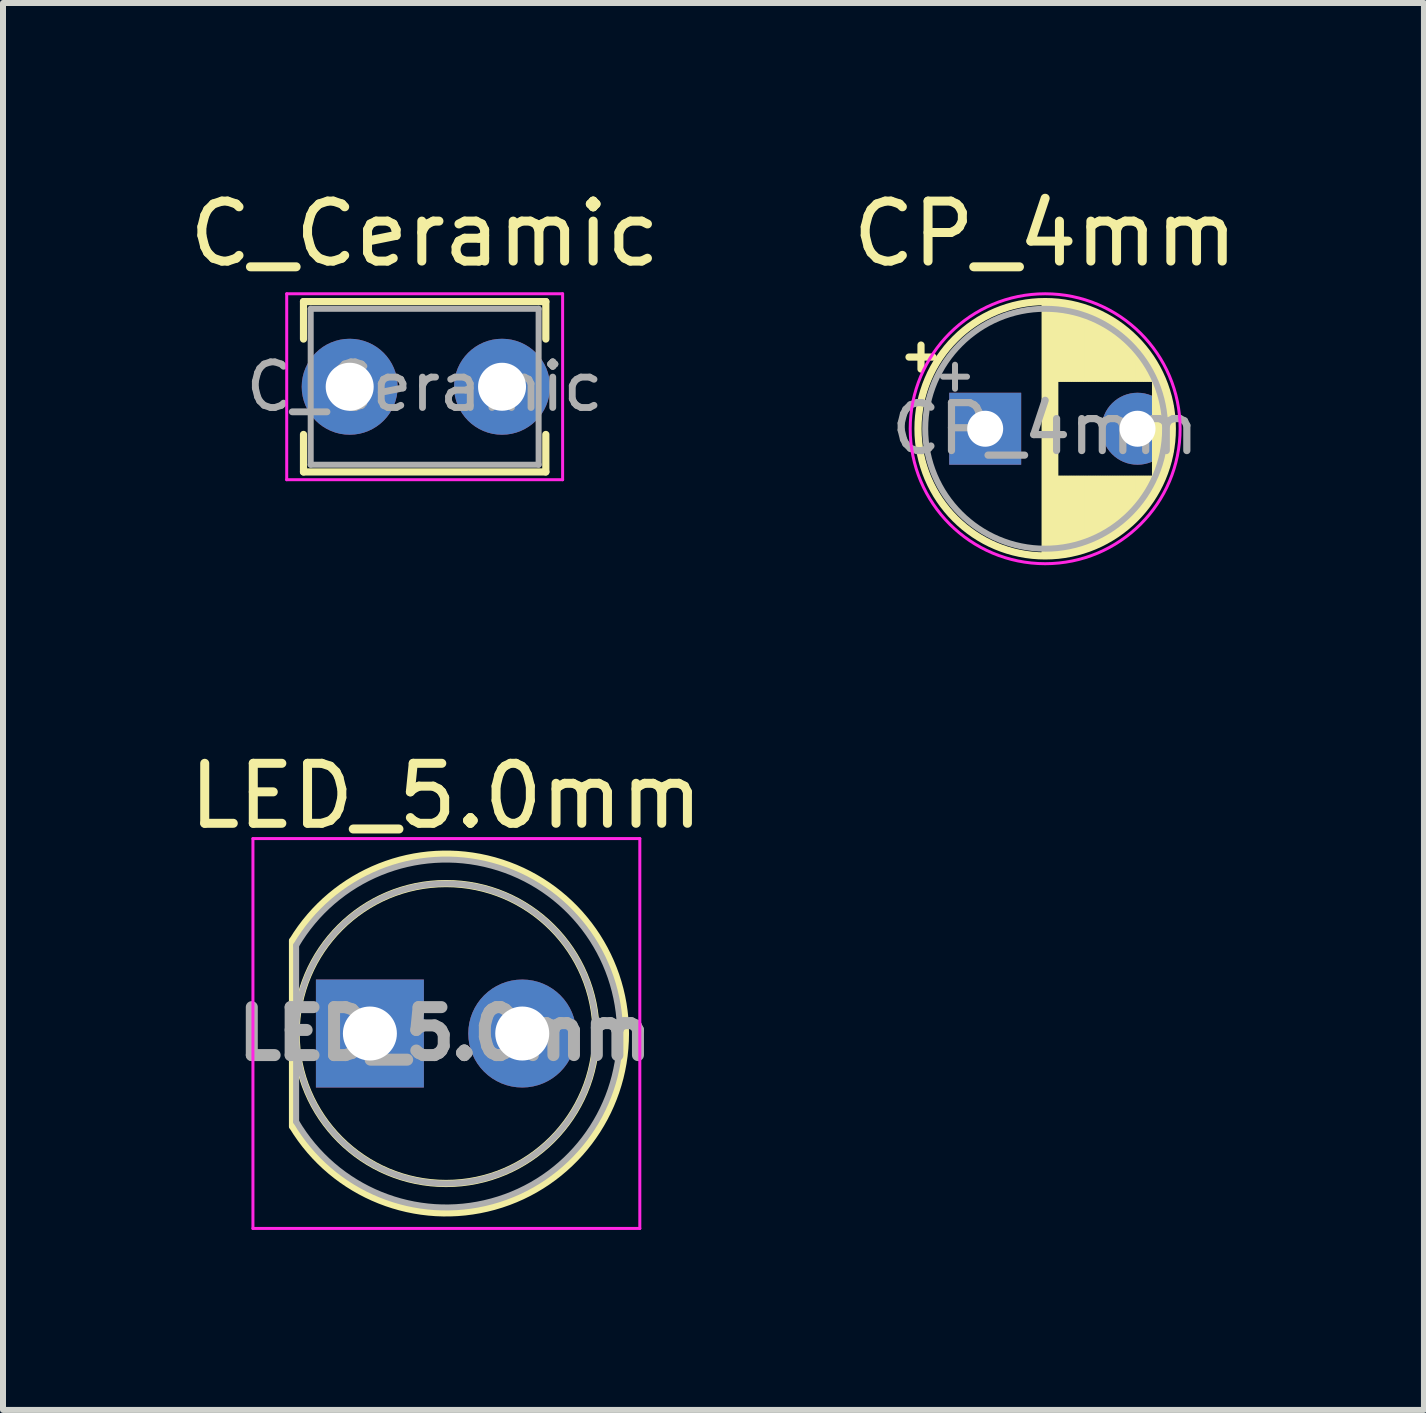
<source format=kicad_pcb>
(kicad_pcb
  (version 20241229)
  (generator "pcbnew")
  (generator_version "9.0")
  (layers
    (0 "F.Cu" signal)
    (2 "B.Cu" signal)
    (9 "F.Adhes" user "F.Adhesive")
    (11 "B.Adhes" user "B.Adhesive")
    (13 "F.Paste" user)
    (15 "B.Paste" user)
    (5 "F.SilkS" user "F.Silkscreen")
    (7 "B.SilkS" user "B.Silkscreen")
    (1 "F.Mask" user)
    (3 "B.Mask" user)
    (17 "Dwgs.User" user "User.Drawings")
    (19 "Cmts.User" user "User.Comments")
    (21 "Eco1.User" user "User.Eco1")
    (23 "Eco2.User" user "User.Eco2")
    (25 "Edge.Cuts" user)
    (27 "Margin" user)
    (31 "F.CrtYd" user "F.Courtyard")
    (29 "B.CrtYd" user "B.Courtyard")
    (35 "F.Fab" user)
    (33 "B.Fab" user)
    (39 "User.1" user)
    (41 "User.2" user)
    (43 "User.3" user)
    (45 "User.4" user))
  (footprint "LED_5.0mm"
    (layer "F.Cu")
    (at 3.117 14.181)
    (property "Reference" "LED_5.0mm" (at 1.27 -3.96 0) (layer "F.SilkS") (effects (font (size 1 1) (thickness 0.15))))
    (attr through_hole)
    (fp_line (start -1.29 -1.545) (end -1.29 1.545) (stroke (width 0.12) (type solid)) (layer "F.SilkS"))
    (fp_arc (start -1.29 -1.54483) (mid 2.072002 -2.880433) (end 4.26 0.000462) (stroke (width 0.12) (type solid)) (layer "F.SilkS"))
    (fp_arc (start 4.26 -0.000462) (mid 2.072002 2.880433) (end -1.29 1.54483) (stroke (width 0.12) (type solid)) (layer "F.SilkS"))
    (fp_circle (center 1.27 0) (end 3.77 0) (stroke (width 0.12) (type solid)) (fill no) (layer "F.SilkS"))
    (fp_line (start -1.95 -3.25) (end -1.95 3.25) (stroke (width 0.05) (type solid)) (layer "F.CrtYd"))
    (fp_line (start -1.95 3.25) (end 4.5 3.25) (stroke (width 0.05) (type solid)) (layer "F.CrtYd"))
    (fp_line (start 4.5 -3.25) (end -1.95 -3.25) (stroke (width 0.05) (type solid)) (layer "F.CrtYd"))
    (fp_line (start 4.5 3.25) (end 4.5 -3.25) (stroke (width 0.05) (type solid)) (layer "F.CrtYd"))
    (fp_line (start -1.23 -1.47) (end -1.23 1.47) (stroke (width 0.1) (type solid)) (layer "F.Fab"))
    (fp_arc (start -1.23 -1.469694) (mid 4.17 0.000016) (end -1.230016 1.469666) (stroke (width 0.1) (type solid)) (layer "F.Fab"))
    (fp_circle (center 1.27 0) (end 3.77 0) (stroke (width 0.1) (type solid)) (fill no) (layer "F.Fab"))
    (fp_text user "${REFERENCE}" (at 1.25 0 0) (layer "F.Fab") (effects (font (size 0.8 0.8) (thickness 0.2))))
    (pad "1" thru_hole rect (at 0 0) (size 1.8 1.8) (drill 0.9) (layers "*.Cu" "*.Mask"))
    (pad "2" thru_hole circle (at 2.54 0) (size 1.8 1.8) (drill 0.9) (layers "*.Cu" "*.Mask")))
  (footprint "CP_4mm"
    (layer "F.Cu")
    (at 13.375 4.098)
    (property "Reference" "CP_4mm" (at 1 -3.25 0) (layer "F.SilkS") (effects (font (size 1 1) (thickness 0.15))))
    (attr through_hole)
    (fp_line (start -1.27 -1.195) (end -0.87 -1.195) (stroke (width 0.12) (type solid)) (layer "F.SilkS"))
    (fp_line (start -1.07 -1.395) (end -1.07 -0.995) (stroke (width 0.12) (type solid)) (layer "F.SilkS"))
    (fp_line (start 1 -2.08) (end 1 2.08) (stroke (width 0.12) (type solid)) (layer "F.SilkS"))
    (fp_line (start 1.04 -2.08) (end 1.04 2.08) (stroke (width 0.12) (type solid)) (layer "F.SilkS"))
    (fp_line (start 1.08 -2.079) (end 1.08 2.079) (stroke (width 0.12) (type solid)) (layer "F.SilkS"))
    (fp_line (start 1.12 -2.077) (end 1.12 2.077) (stroke (width 0.12) (type solid)) (layer "F.SilkS"))
    (fp_line (start 1.16 -2.074) (end 1.16 2.074) (stroke (width 0.12) (type solid)) (layer "F.SilkS"))
    (fp_line (start 1.2 -2.071) (end 1.2 -0.84) (stroke (width 0.12) (type solid)) (layer "F.SilkS"))
    (fp_line (start 1.2 0.84) (end 1.2 2.071) (stroke (width 0.12) (type solid)) (layer "F.SilkS"))
    (fp_line (start 1.24 -2.067) (end 1.24 -0.84) (stroke (width 0.12) (type solid)) (layer "F.SilkS"))
    (fp_line (start 1.24 0.84) (end 1.24 2.067) (stroke (width 0.12) (type solid)) (layer "F.SilkS"))
    (fp_line (start 1.28 -2.062) (end 1.28 -0.84) (stroke (width 0.12) (type solid)) (layer "F.SilkS"))
    (fp_line (start 1.28 0.84) (end 1.28 2.062) (stroke (width 0.12) (type solid)) (layer "F.SilkS"))
    (fp_line (start 1.32 -2.056) (end 1.32 -0.84) (stroke (width 0.12) (type solid)) (layer "F.SilkS"))
    (fp_line (start 1.32 0.84) (end 1.32 2.056) (stroke (width 0.12) (type solid)) (layer "F.SilkS"))
    (fp_line (start 1.36 -2.05) (end 1.36 -0.84) (stroke (width 0.12) (type solid)) (layer "F.SilkS"))
    (fp_line (start 1.36 0.84) (end 1.36 2.05) (stroke (width 0.12) (type solid)) (layer "F.SilkS"))
    (fp_line (start 1.4 -2.042) (end 1.4 -0.84) (stroke (width 0.12) (type solid)) (layer "F.SilkS"))
    (fp_line (start 1.4 0.84) (end 1.4 2.042) (stroke (width 0.12) (type solid)) (layer "F.SilkS"))
    (fp_line (start 1.44 -2.034) (end 1.44 -0.84) (stroke (width 0.12) (type solid)) (layer "F.SilkS"))
    (fp_line (start 1.44 0.84) (end 1.44 2.034) (stroke (width 0.12) (type solid)) (layer "F.SilkS"))
    (fp_line (start 1.48 -2.025) (end 1.48 -0.84) (stroke (width 0.12) (type solid)) (layer "F.SilkS"))
    (fp_line (start 1.48 0.84) (end 1.48 2.025) (stroke (width 0.12) (type solid)) (layer "F.SilkS"))
    (fp_line (start 1.52 -2.016) (end 1.52 -0.84) (stroke (width 0.12) (type solid)) (layer "F.SilkS"))
    (fp_line (start 1.52 0.84) (end 1.52 2.016) (stroke (width 0.12) (type solid)) (layer "F.SilkS"))
    (fp_line (start 1.56 -2.005) (end 1.56 -0.84) (stroke (width 0.12) (type solid)) (layer "F.SilkS"))
    (fp_line (start 1.56 0.84) (end 1.56 2.005) (stroke (width 0.12) (type solid)) (layer "F.SilkS"))
    (fp_line (start 1.6 -1.994) (end 1.6 -0.84) (stroke (width 0.12) (type solid)) (layer "F.SilkS"))
    (fp_line (start 1.6 0.84) (end 1.6 1.994) (stroke (width 0.12) (type solid)) (layer "F.SilkS"))
    (fp_line (start 1.64 -1.982) (end 1.64 -0.84) (stroke (width 0.12) (type solid)) (layer "F.SilkS"))
    (fp_line (start 1.64 0.84) (end 1.64 1.982) (stroke (width 0.12) (type solid)) (layer "F.SilkS"))
    (fp_line (start 1.68 -1.968) (end 1.68 -0.84) (stroke (width 0.12) (type solid)) (layer "F.SilkS"))
    (fp_line (start 1.68 0.84) (end 1.68 1.968) (stroke (width 0.12) (type solid)) (layer "F.SilkS"))
    (fp_line (start 1.721 -1.954) (end 1.721 -0.84) (stroke (width 0.12) (type solid)) (layer "F.SilkS"))
    (fp_line (start 1.721 0.84) (end 1.721 1.954) (stroke (width 0.12) (type solid)) (layer "F.SilkS"))
    (fp_line (start 1.761 -1.94) (end 1.761 -0.84) (stroke (width 0.12) (type solid)) (layer "F.SilkS"))
    (fp_line (start 1.761 0.84) (end 1.761 1.94) (stroke (width 0.12) (type solid)) (layer "F.SilkS"))
    (fp_line (start 1.801 -1.924) (end 1.801 -0.84) (stroke (width 0.12) (type solid)) (layer "F.SilkS"))
    (fp_line (start 1.801 0.84) (end 1.801 1.924) (stroke (width 0.12) (type solid)) (layer "F.SilkS"))
    (fp_line (start 1.841 -1.907) (end 1.841 -0.84) (stroke (width 0.12) (type solid)) (layer "F.SilkS"))
    (fp_line (start 1.841 0.84) (end 1.841 1.907) (stroke (width 0.12) (type solid)) (layer "F.SilkS"))
    (fp_line (start 1.881 -1.889) (end 1.881 -0.84) (stroke (width 0.12) (type solid)) (layer "F.SilkS"))
    (fp_line (start 1.881 0.84) (end 1.881 1.889) (stroke (width 0.12) (type solid)) (layer "F.SilkS"))
    (fp_line (start 1.921 -1.87) (end 1.921 -0.84) (stroke (width 0.12) (type solid)) (layer "F.SilkS"))
    (fp_line (start 1.921 0.84) (end 1.921 1.87) (stroke (width 0.12) (type solid)) (layer "F.SilkS"))
    (fp_line (start 1.961 -1.851) (end 1.961 -0.84) (stroke (width 0.12) (type solid)) (layer "F.SilkS"))
    (fp_line (start 1.961 0.84) (end 1.961 1.851) (stroke (width 0.12) (type solid)) (layer "F.SilkS"))
    (fp_line (start 2.001 -1.83) (end 2.001 -0.84) (stroke (width 0.12) (type solid)) (layer "F.SilkS"))
    (fp_line (start 2.001 0.84) (end 2.001 1.83) (stroke (width 0.12) (type solid)) (layer "F.SilkS"))
    (fp_line (start 2.041 -1.808) (end 2.041 -0.84) (stroke (width 0.12) (type solid)) (layer "F.SilkS"))
    (fp_line (start 2.041 0.84) (end 2.041 1.808) (stroke (width 0.12) (type solid)) (layer "F.SilkS"))
    (fp_line (start 2.081 -1.785) (end 2.081 -0.84) (stroke (width 0.12) (type solid)) (layer "F.SilkS"))
    (fp_line (start 2.081 0.84) (end 2.081 1.785) (stroke (width 0.12) (type solid)) (layer "F.SilkS"))
    (fp_line (start 2.121 -1.76) (end 2.121 -0.84) (stroke (width 0.12) (type solid)) (layer "F.SilkS"))
    (fp_line (start 2.121 0.84) (end 2.121 1.76) (stroke (width 0.12) (type solid)) (layer "F.SilkS"))
    (fp_line (start 2.161 -1.735) (end 2.161 -0.84) (stroke (width 0.12) (type solid)) (layer "F.SilkS"))
    (fp_line (start 2.161 0.84) (end 2.161 1.735) (stroke (width 0.12) (type solid)) (layer "F.SilkS"))
    (fp_line (start 2.201 -1.708) (end 2.201 -0.84) (stroke (width 0.12) (type solid)) (layer "F.SilkS"))
    (fp_line (start 2.201 0.84) (end 2.201 1.708) (stroke (width 0.12) (type solid)) (layer "F.SilkS"))
    (fp_line (start 2.241 -1.68) (end 2.241 -0.84) (stroke (width 0.12) (type solid)) (layer "F.SilkS"))
    (fp_line (start 2.241 0.84) (end 2.241 1.68) (stroke (width 0.12) (type solid)) (layer "F.SilkS"))
    (fp_line (start 2.281 -1.65) (end 2.281 -0.84) (stroke (width 0.12) (type solid)) (layer "F.SilkS"))
    (fp_line (start 2.281 0.84) (end 2.281 1.65) (stroke (width 0.12) (type solid)) (layer "F.SilkS"))
    (fp_line (start 2.321 -1.619) (end 2.321 -0.84) (stroke (width 0.12) (type solid)) (layer "F.SilkS"))
    (fp_line (start 2.321 0.84) (end 2.321 1.619) (stroke (width 0.12) (type solid)) (layer "F.SilkS"))
    (fp_line (start 2.361 -1.587) (end 2.361 -0.84) (stroke (width 0.12) (type solid)) (layer "F.SilkS"))
    (fp_line (start 2.361 0.84) (end 2.361 1.587) (stroke (width 0.12) (type solid)) (layer "F.SilkS"))
    (fp_line (start 2.401 -1.552) (end 2.401 -0.84) (stroke (width 0.12) (type solid)) (layer "F.SilkS"))
    (fp_line (start 2.401 0.84) (end 2.401 1.552) (stroke (width 0.12) (type solid)) (layer "F.SilkS"))
    (fp_line (start 2.441 -1.516) (end 2.441 -0.84) (stroke (width 0.12) (type solid)) (layer "F.SilkS"))
    (fp_line (start 2.441 0.84) (end 2.441 1.516) (stroke (width 0.12) (type solid)) (layer "F.SilkS"))
    (fp_line (start 2.481 -1.478) (end 2.481 -0.84) (stroke (width 0.12) (type solid)) (layer "F.SilkS"))
    (fp_line (start 2.481 0.84) (end 2.481 1.478) (stroke (width 0.12) (type solid)) (layer "F.SilkS"))
    (fp_line (start 2.521 -1.438) (end 2.521 -0.84) (stroke (width 0.12) (type solid)) (layer "F.SilkS"))
    (fp_line (start 2.521 0.84) (end 2.521 1.438) (stroke (width 0.12) (type solid)) (layer "F.SilkS"))
    (fp_line (start 2.561 -1.396) (end 2.561 -0.84) (stroke (width 0.12) (type solid)) (layer "F.SilkS"))
    (fp_line (start 2.561 0.84) (end 2.561 1.396) (stroke (width 0.12) (type solid)) (layer "F.SilkS"))
    (fp_line (start 2.601 -1.351) (end 2.601 -0.84) (stroke (width 0.12) (type solid)) (layer "F.SilkS"))
    (fp_line (start 2.601 0.84) (end 2.601 1.351) (stroke (width 0.12) (type solid)) (layer "F.SilkS"))
    (fp_line (start 2.641 -1.304) (end 2.641 -0.84) (stroke (width 0.12) (type solid)) (layer "F.SilkS"))
    (fp_line (start 2.641 0.84) (end 2.641 1.304) (stroke (width 0.12) (type solid)) (layer "F.SilkS"))
    (fp_line (start 2.681 -1.254) (end 2.681 -0.84) (stroke (width 0.12) (type solid)) (layer "F.SilkS"))
    (fp_line (start 2.681 0.84) (end 2.681 1.254) (stroke (width 0.12) (type solid)) (layer "F.SilkS"))
    (fp_line (start 2.721 -1.2) (end 2.721 -0.84) (stroke (width 0.12) (type solid)) (layer "F.SilkS"))
    (fp_line (start 2.721 0.84) (end 2.721 1.2) (stroke (width 0.12) (type solid)) (layer "F.SilkS"))
    (fp_line (start 2.761 -1.142) (end 2.761 -0.84) (stroke (width 0.12) (type solid)) (layer "F.SilkS"))
    (fp_line (start 2.761 0.84) (end 2.761 1.142) (stroke (width 0.12) (type solid)) (layer "F.SilkS"))
    (fp_line (start 2.801 -1.08) (end 2.801 -0.84) (stroke (width 0.12) (type solid)) (layer "F.SilkS"))
    (fp_line (start 2.801 0.84) (end 2.801 1.08) (stroke (width 0.12) (type solid)) (layer "F.SilkS"))
    (fp_line (start 2.841 -1.013) (end 2.841 1.013) (stroke (width 0.12) (type solid)) (layer "F.SilkS"))
    (fp_line (start 2.881 -0.94) (end 2.881 0.94) (stroke (width 0.12) (type solid)) (layer "F.SilkS"))
    (fp_line (start 2.921 -0.859) (end 2.921 0.859) (stroke (width 0.12) (type solid)) (layer "F.SilkS"))
    (fp_line (start 2.961 -0.768) (end 2.961 0.768) (stroke (width 0.12) (type solid)) (layer "F.SilkS"))
    (fp_line (start 3.001 -0.664) (end 3.001 0.664) (stroke (width 0.12) (type solid)) (layer "F.SilkS"))
    (fp_line (start 3.041 -0.537) (end 3.041 0.537) (stroke (width 0.12) (type solid)) (layer "F.SilkS"))
    (fp_line (start 3.081 -0.37) (end 3.081 0.37) (stroke (width 0.12) (type solid)) (layer "F.SilkS"))
    (fp_circle (center 1 0) (end 3.12 0) (stroke (width 0.12) (type solid)) (fill no) (layer "F.SilkS"))
    (fp_circle (center 1 0) (end 3.25 0) (stroke (width 0.05) (type solid)) (fill no) (layer "F.CrtYd"))
    (fp_line (start -0.703 -0.868) (end -0.303 -0.868) (stroke (width 0.1) (type solid)) (layer "F.Fab"))
    (fp_line (start -0.503 -1.067) (end -0.503 -0.667) (stroke (width 0.1) (type solid)) (layer "F.Fab"))
    (fp_circle (center 1 0) (end 3 0) (stroke (width 0.1) (type solid)) (fill no) (layer "F.Fab"))
    (fp_text user "${REFERENCE}" (at 1 0 0) (layer "F.Fab") (effects (font (size 0.8 0.8) (thickness 0.12))))
    (pad "1" thru_hole rect (at 0 0) (size 1.2 1.2) (drill 0.6) (layers "*.Cu" "*.Mask"))
    (pad "2" thru_hole circle (at 2.54 0) (size 1.2 1.2) (drill 0.6) (layers "*.Cu" "*.Mask")))
  (footprint "C_Ceramic"
    (layer "F.Cu")
    (at 2.78 3.398)
    (property "Reference" "C_Ceramic" (at 1.25 -2.55 0) (layer "F.SilkS") (effects (font (size 1 1) (thickness 0.15))))
    (attr through_hole)
    (fp_line (start -0.77 -1.42) (end -0.77 -0.795) (stroke (width 0.12) (type solid)) (layer "F.SilkS"))
    (fp_line (start -0.77 -1.42) (end 3.27 -1.42) (stroke (width 0.12) (type solid)) (layer "F.SilkS"))
    (fp_line (start -0.77 0.795) (end -0.77 1.42) (stroke (width 0.12) (type solid)) (layer "F.SilkS"))
    (fp_line (start -0.77 1.42) (end 3.27 1.42) (stroke (width 0.12) (type solid)) (layer "F.SilkS"))
    (fp_line (start 3.27 -1.42) (end 3.27 -0.795) (stroke (width 0.12) (type solid)) (layer "F.SilkS"))
    (fp_line (start 3.27 0.795) (end 3.27 1.42) (stroke (width 0.12) (type solid)) (layer "F.SilkS"))
    (fp_line (start -1.05 -1.55) (end -1.05 1.55) (stroke (width 0.05) (type solid)) (layer "F.CrtYd"))
    (fp_line (start -1.05 1.55) (end 3.55 1.55) (stroke (width 0.05) (type solid)) (layer "F.CrtYd"))
    (fp_line (start 3.55 -1.55) (end -1.05 -1.55) (stroke (width 0.05) (type solid)) (layer "F.CrtYd"))
    (fp_line (start 3.55 1.55) (end 3.55 -1.55) (stroke (width 0.05) (type solid)) (layer "F.CrtYd"))
    (fp_line (start -0.65 -1.3) (end -0.65 1.3) (stroke (width 0.1) (type solid)) (layer "F.Fab"))
    (fp_line (start -0.65 1.3) (end 3.15 1.3) (stroke (width 0.1) (type solid)) (layer "F.Fab"))
    (fp_line (start 3.15 -1.3) (end -0.65 -1.3) (stroke (width 0.1) (type solid)) (layer "F.Fab"))
    (fp_line (start 3.15 1.3) (end 3.15 -1.3) (stroke (width 0.1) (type solid)) (layer "F.Fab"))
    (fp_text user "${REFERENCE}" (at 1.25 0 0) (layer "F.Fab") (effects (font (size 0.76 0.76) (thickness 0.114))))
    (pad "1" thru_hole circle (at 0 0) (size 1.6 1.6) (drill 0.8) (layers "*.Cu" "*.Mask"))
    (pad "2" thru_hole circle (at 2.54 0) (size 1.6 1.6) (drill 0.8) (layers "*.Cu" "*.Mask")))
  (gr_rect
    (start -3 -3)
    (end 20.69 20.456)
    (stroke (width 0.1) (type default))
    (fill no)
    (layer "Edge.Cuts")))
</source>
